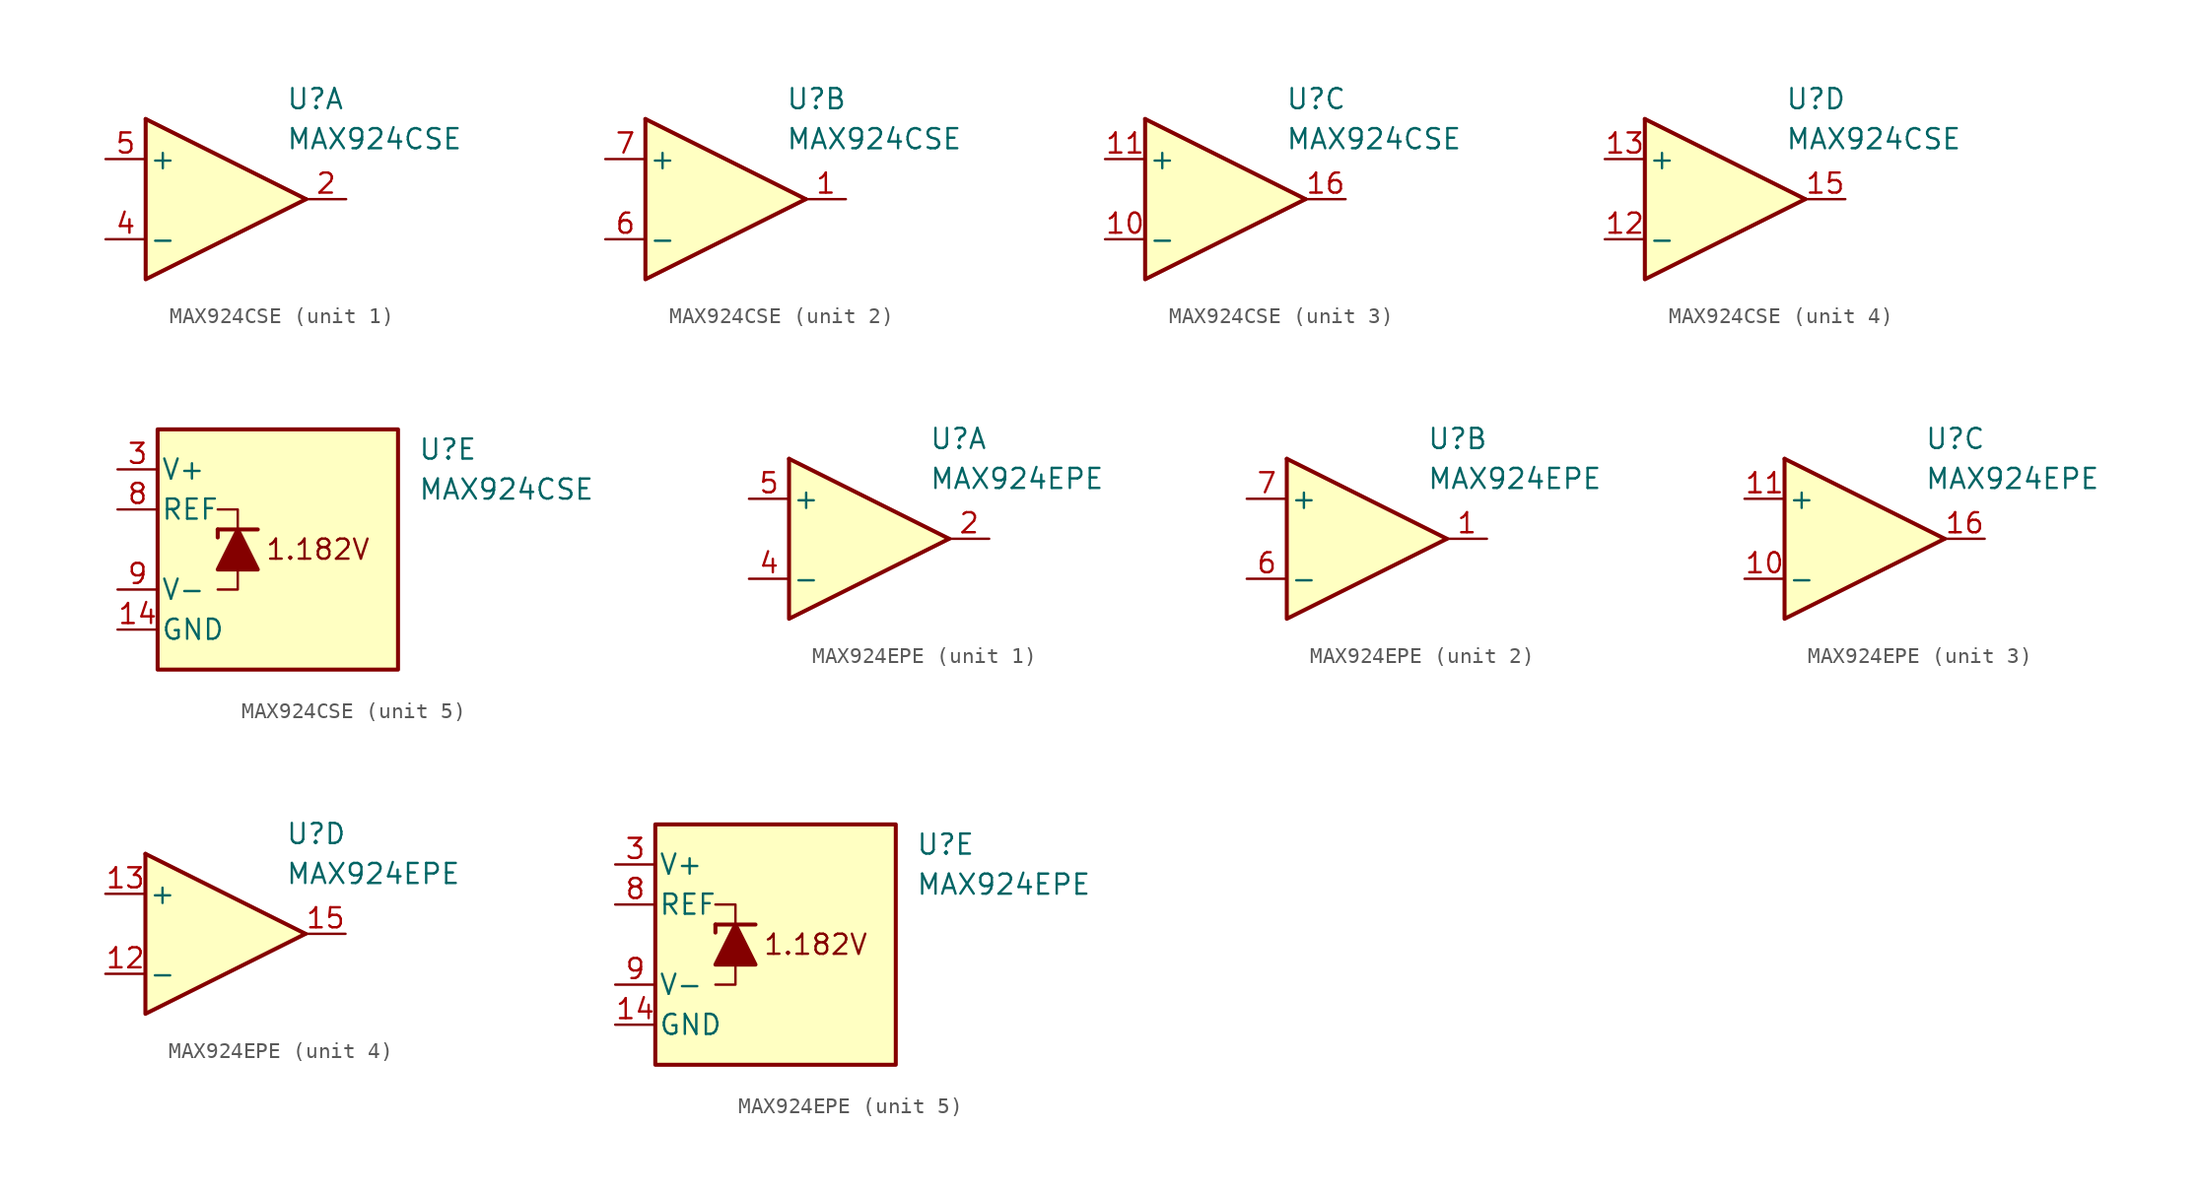
<source format=kicad_sym>
(kicad_symbol_lib
  (version 20211014)
  (generator kicad_symbol_editor)
  (symbol "MAX924CSE"
    (pin_names
      (offset 0.2))
    (property "Reference" "U"
      (at 5.08 6.35 0)
      (effects (font (size 1.27 1.27)) (justify left)))
    (property "Value" "MAX924CSE"
      (at 5.08 3.81 0)
      (effects (font (size 1.27 1.27)) (justify left)))
    (property "ki_locked" ""
      (at 0 0 0)
      (effects (font (size 1.27 1.27))))
    (symbol "MAX924CSE_1_1"
      (polyline (pts (xy -3.81 5.08) (xy 6.35 0)) (stroke (width 0.254) (type default) (color 0 0 0 0)) (fill (type none)))
      (polyline (pts (xy -3.81 5.08) (xy -3.81 -5.08) (xy 6.35 0)) (stroke (width 0.254) (type default) (color 0 0 0 0)) (fill (type background)))
      (pin output line (at 8.89 0 180) (length 2.54) (name "~" (effects (font (size 1.27 1.27)))) (number "2" (effects (font (size 1.27 1.27)))))
      (pin input line (at -6.35 -2.54 0) (length 2.54) (name "-" (effects (font (size 1.27 1.27)))) (number "4" (effects (font (size 1.27 1.27)))))
      (pin input line (at -6.35 2.54 0) (length 2.54) (name "+" (effects (font (size 1.27 1.27)))) (number "5" (effects (font (size 1.27 1.27))))))
    (symbol "MAX924CSE_2_1"
      (polyline (pts (xy -3.81 5.08) (xy 6.35 0)) (stroke (width 0.254) (type default) (color 0 0 0 0)) (fill (type none)))
      (polyline (pts (xy -3.81 5.08) (xy -3.81 -5.08) (xy 6.35 0)) (stroke (width 0.254) (type default) (color 0 0 0 0)) (fill (type background)))
      (pin output line (at 8.89 0 180) (length 2.54) (name "~" (effects (font (size 1.27 1.27)))) (number "1" (effects (font (size 1.27 1.27)))))
      (pin input line (at -6.35 -2.54 0) (length 2.54) (name "-" (effects (font (size 1.27 1.27)))) (number "6" (effects (font (size 1.27 1.27)))))
      (pin input line (at -6.35 2.54 0) (length 2.54) (name "+" (effects (font (size 1.27 1.27)))) (number "7" (effects (font (size 1.27 1.27))))))
    (symbol "MAX924CSE_3_1"
      (polyline (pts (xy -3.81 5.08) (xy 6.35 0)) (stroke (width 0.254) (type default) (color 0 0 0 0)) (fill (type none)))
      (polyline (pts (xy -3.81 5.08) (xy -3.81 -5.08) (xy 6.35 0)) (stroke (width 0.254) (type default) (color 0 0 0 0)) (fill (type background)))
      (pin input line (at -6.35 -2.54 0) (length 2.54) (name "-" (effects (font (size 1.27 1.27)))) (number "10" (effects (font (size 1.27 1.27)))))
      (pin input line (at -6.35 2.54 0) (length 2.54) (name "+" (effects (font (size 1.27 1.27)))) (number "11" (effects (font (size 1.27 1.27)))))
      (pin output line (at 8.89 0 180) (length 2.54) (name "~" (effects (font (size 1.27 1.27)))) (number "16" (effects (font (size 1.27 1.27))))))
    (symbol "MAX924CSE_4_1"
      (polyline (pts (xy -3.81 5.08) (xy 6.35 0)) (stroke (width 0.254) (type default) (color 0 0 0 0)) (fill (type none)))
      (polyline (pts (xy -3.81 5.08) (xy -3.81 -5.08) (xy 6.35 0)) (stroke (width 0.254) (type default) (color 0 0 0 0)) (fill (type background)))
      (pin input line (at -6.35 -2.54 0) (length 2.54) (name "-" (effects (font (size 1.27 1.27)))) (number "12" (effects (font (size 1.27 1.27)))))
      (pin input line (at -6.35 2.54 0) (length 2.54) (name "+" (effects (font (size 1.27 1.27)))) (number "13" (effects (font (size 1.27 1.27)))))
      (pin output line (at 8.89 0 180) (length 2.54) (name "~" (effects (font (size 1.27 1.27)))) (number "15" (effects (font (size 1.27 1.27))))))
    (symbol "MAX924CSE_5_0"
      (text "1.182V" (at -1.27 0 0) (effects (font (size 1.27 1.27)))))
    (symbol "MAX924CSE_5_1"
      (rectangle (start -11.43 7.62) (end 3.81 -7.62) (stroke (width 0.254) (type default) (color 0 0 0 0)) (fill (type background)))
      (polyline (pts (xy -7.62 1.27) (xy -7.62 0.762)) (stroke (width 0.254) (type default) (color 0 0 0 0)) (fill (type none)))
      (polyline (pts (xy -7.62 1.27) (xy -5.08 1.27)) (stroke (width 0.254) (type default) (color 0 0 0 0)) (fill (type none)))
      (polyline (pts (xy -6.35 -1.27) (xy -6.35 -2.54) (xy -7.62 -2.54)) (stroke (width 0) (type default) (color 0 0 0 0)) (fill (type none)))
      (polyline (pts (xy -6.35 1.27) (xy -6.35 2.54) (xy -7.62 2.54)) (stroke (width 0) (type default) (color 0 0 0 0)) (fill (type none)))
      (polyline (pts (xy -5.08 -1.27) (xy -7.62 -1.27) (xy -6.35 1.27) (xy -5.08 -1.27)) (stroke (width 0.254) (type default) (color 0 0 0 0)) (fill (type outline)))
      (pin power_in line (at -13.97 -5.08 0) (length 2.54) (name "GND" (effects (font (size 1.27 1.27)))) (number "14" (effects (font (size 1.27 1.27)))))
      (pin power_in line (at -13.97 5.08 0) (length 2.54) (name "V+" (effects (font (size 1.27 1.27)))) (number "3" (effects (font (size 1.27 1.27)))))
      (pin output line (at -13.97 2.54 0) (length 2.54) (name "REF" (effects (font (size 1.27 1.27)))) (number "8" (effects (font (size 1.27 1.27)))))
      (pin power_in line (at -13.97 -2.54 0) (length 2.54) (name "V-" (effects (font (size 1.27 1.27)))) (number "9" (effects (font (size 1.27 1.27)))))))
  (symbol "MAX924EPE"
    (pin_names
      (offset 0.2))
    (property "Reference" "U"
      (at 5.08 6.35 0)
      (effects (font (size 1.27 1.27)) (justify left)))
    (property "Value" "MAX924EPE"
      (at 5.08 3.81 0)
      (effects (font (size 1.27 1.27)) (justify left)))
    (property "ki_locked" ""
      (at 0 0 0)
      (effects (font (size 1.27 1.27))))
    (symbol "MAX924EPE_1_1"
      (polyline (pts (xy -3.81 5.08) (xy 6.35 0)) (stroke (width 0.254) (type default) (color 0 0 0 0)) (fill (type none)))
      (polyline (pts (xy -3.81 5.08) (xy -3.81 -5.08) (xy 6.35 0)) (stroke (width 0.254) (type default) (color 0 0 0 0)) (fill (type background)))
      (pin output line (at 8.89 0 180) (length 2.54) (name "~" (effects (font (size 1.27 1.27)))) (number "2" (effects (font (size 1.27 1.27)))))
      (pin input line (at -6.35 -2.54 0) (length 2.54) (name "-" (effects (font (size 1.27 1.27)))) (number "4" (effects (font (size 1.27 1.27)))))
      (pin input line (at -6.35 2.54 0) (length 2.54) (name "+" (effects (font (size 1.27 1.27)))) (number "5" (effects (font (size 1.27 1.27))))))
    (symbol "MAX924EPE_2_1"
      (polyline (pts (xy -3.81 5.08) (xy 6.35 0)) (stroke (width 0.254) (type default) (color 0 0 0 0)) (fill (type none)))
      (polyline (pts (xy -3.81 5.08) (xy -3.81 -5.08) (xy 6.35 0)) (stroke (width 0.254) (type default) (color 0 0 0 0)) (fill (type background)))
      (pin output line (at 8.89 0 180) (length 2.54) (name "~" (effects (font (size 1.27 1.27)))) (number "1" (effects (font (size 1.27 1.27)))))
      (pin input line (at -6.35 -2.54 0) (length 2.54) (name "-" (effects (font (size 1.27 1.27)))) (number "6" (effects (font (size 1.27 1.27)))))
      (pin input line (at -6.35 2.54 0) (length 2.54) (name "+" (effects (font (size 1.27 1.27)))) (number "7" (effects (font (size 1.27 1.27))))))
    (symbol "MAX924EPE_3_1"
      (polyline (pts (xy -3.81 5.08) (xy 6.35 0)) (stroke (width 0.254) (type default) (color 0 0 0 0)) (fill (type none)))
      (polyline (pts (xy -3.81 5.08) (xy -3.81 -5.08) (xy 6.35 0)) (stroke (width 0.254) (type default) (color 0 0 0 0)) (fill (type background)))
      (pin input line (at -6.35 -2.54 0) (length 2.54) (name "-" (effects (font (size 1.27 1.27)))) (number "10" (effects (font (size 1.27 1.27)))))
      (pin input line (at -6.35 2.54 0) (length 2.54) (name "+" (effects (font (size 1.27 1.27)))) (number "11" (effects (font (size 1.27 1.27)))))
      (pin output line (at 8.89 0 180) (length 2.54) (name "~" (effects (font (size 1.27 1.27)))) (number "16" (effects (font (size 1.27 1.27))))))
    (symbol "MAX924EPE_4_1"
      (polyline (pts (xy -3.81 5.08) (xy 6.35 0)) (stroke (width 0.254) (type default) (color 0 0 0 0)) (fill (type none)))
      (polyline (pts (xy -3.81 5.08) (xy -3.81 -5.08) (xy 6.35 0)) (stroke (width 0.254) (type default) (color 0 0 0 0)) (fill (type background)))
      (pin input line (at -6.35 -2.54 0) (length 2.54) (name "-" (effects (font (size 1.27 1.27)))) (number "12" (effects (font (size 1.27 1.27)))))
      (pin input line (at -6.35 2.54 0) (length 2.54) (name "+" (effects (font (size 1.27 1.27)))) (number "13" (effects (font (size 1.27 1.27)))))
      (pin output line (at 8.89 0 180) (length 2.54) (name "~" (effects (font (size 1.27 1.27)))) (number "15" (effects (font (size 1.27 1.27))))))
    (symbol "MAX924EPE_5_0"
      (text "1.182V" (at -1.27 0 0) (effects (font (size 1.27 1.27)))))
    (symbol "MAX924EPE_5_1"
      (rectangle (start -11.43 7.62) (end 3.81 -7.62) (stroke (width 0.254) (type default) (color 0 0 0 0)) (fill (type background)))
      (polyline (pts (xy -7.62 1.27) (xy -7.62 0.762)) (stroke (width 0.254) (type default) (color 0 0 0 0)) (fill (type none)))
      (polyline (pts (xy -7.62 1.27) (xy -5.08 1.27)) (stroke (width 0.254) (type default) (color 0 0 0 0)) (fill (type none)))
      (polyline (pts (xy -6.35 -1.27) (xy -6.35 -2.54) (xy -7.62 -2.54)) (stroke (width 0) (type default) (color 0 0 0 0)) (fill (type none)))
      (polyline (pts (xy -6.35 1.27) (xy -6.35 2.54) (xy -7.62 2.54)) (stroke (width 0) (type default) (color 0 0 0 0)) (fill (type none)))
      (polyline (pts (xy -5.08 -1.27) (xy -7.62 -1.27) (xy -6.35 1.27) (xy -5.08 -1.27)) (stroke (width 0.254) (type default) (color 0 0 0 0)) (fill (type outline)))
      (pin power_in line (at -13.97 -5.08 0) (length 2.54) (name "GND" (effects (font (size 1.27 1.27)))) (number "14" (effects (font (size 1.27 1.27)))))
      (pin power_in line (at -13.97 5.08 0) (length 2.54) (name "V+" (effects (font (size 1.27 1.27)))) (number "3" (effects (font (size 1.27 1.27)))))
      (pin output line (at -13.97 2.54 0) (length 2.54) (name "REF" (effects (font (size 1.27 1.27)))) (number "8" (effects (font (size 1.27 1.27)))))
      (pin power_in line (at -13.97 -2.54 0) (length 2.54) (name "V-" (effects (font (size 1.27 1.27)))) (number "9" (effects (font (size 1.27 1.27))))))))
</source>
